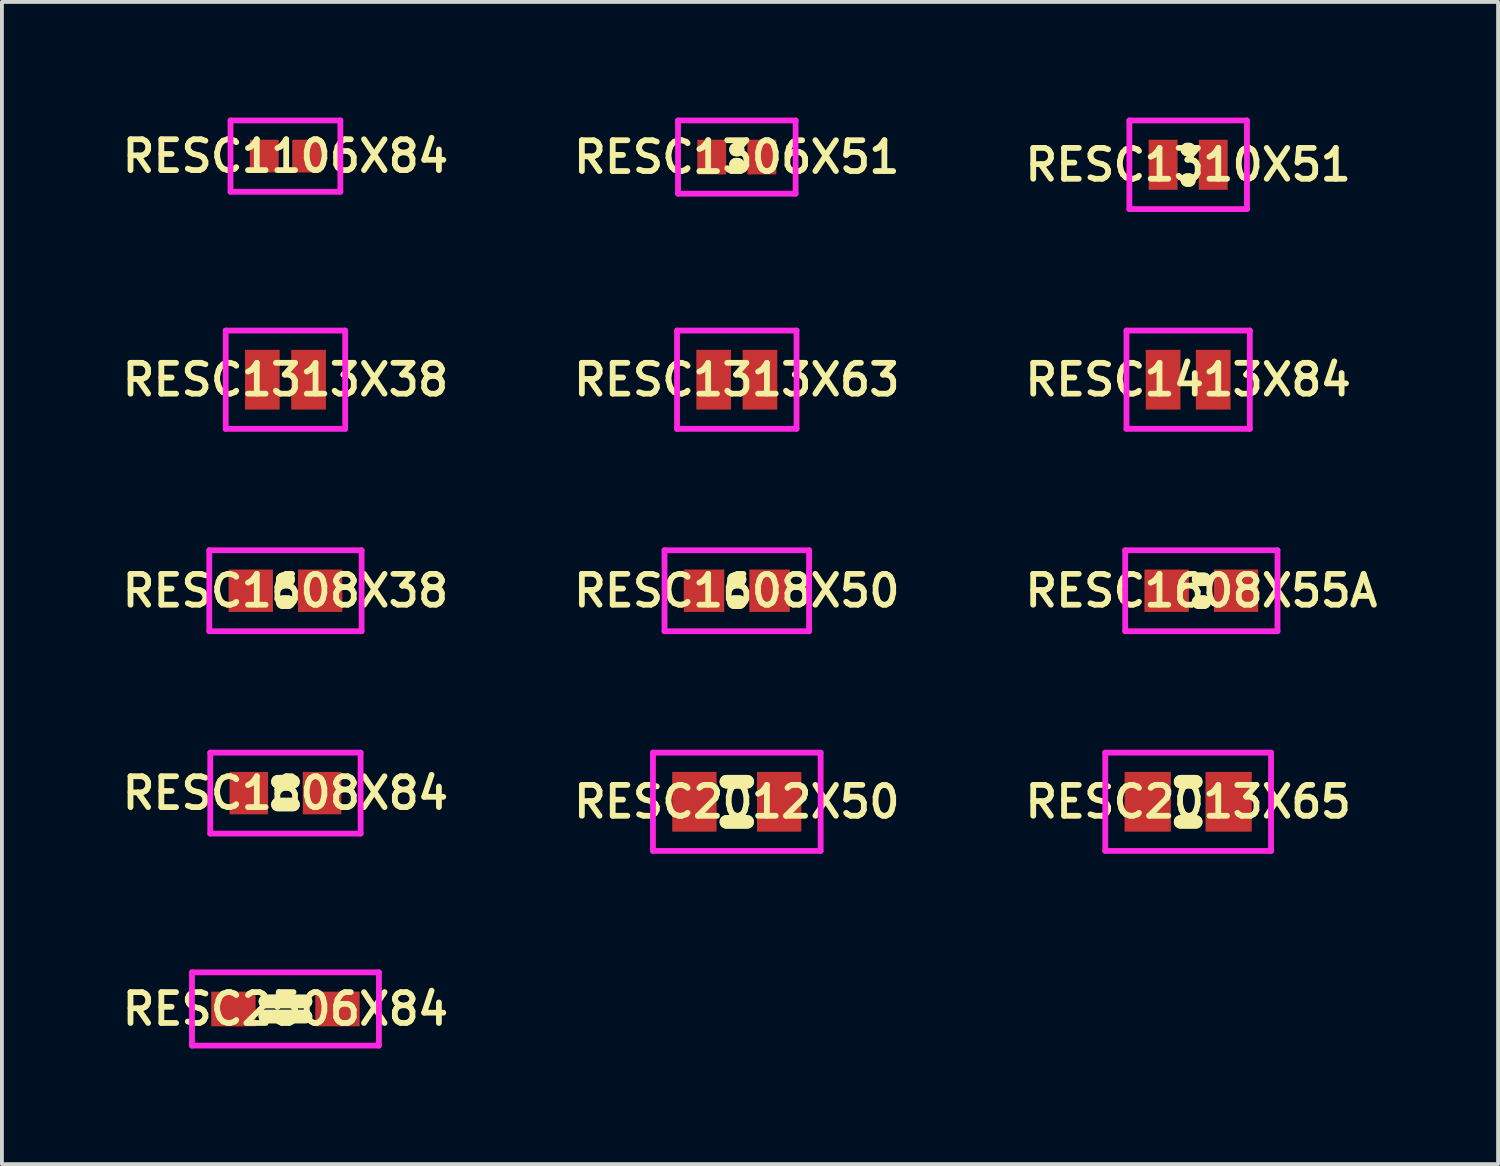
<source format=kicad_pcb>
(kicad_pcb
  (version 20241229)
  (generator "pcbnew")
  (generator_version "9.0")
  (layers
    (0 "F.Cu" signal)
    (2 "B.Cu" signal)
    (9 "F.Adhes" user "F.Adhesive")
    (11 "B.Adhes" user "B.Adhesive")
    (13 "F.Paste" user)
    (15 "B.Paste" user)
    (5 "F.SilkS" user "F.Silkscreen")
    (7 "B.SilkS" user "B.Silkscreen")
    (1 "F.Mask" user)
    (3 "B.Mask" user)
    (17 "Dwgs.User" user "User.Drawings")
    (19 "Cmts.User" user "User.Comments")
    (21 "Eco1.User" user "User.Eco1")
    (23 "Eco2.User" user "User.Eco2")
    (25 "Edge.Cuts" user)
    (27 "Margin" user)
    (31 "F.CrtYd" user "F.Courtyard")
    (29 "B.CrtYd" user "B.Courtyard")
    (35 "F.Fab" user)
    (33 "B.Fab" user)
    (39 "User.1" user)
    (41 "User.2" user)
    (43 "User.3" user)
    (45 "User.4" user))
  (footprint "RESC1608X84"
    (layer "F.Cu")
    (at 4.355 17.525)
    (property "Reference" "RESC1608X84" (at 0 0 0) (layer "F.SilkS") (effects (font (size 0.8 0.8) (thickness 0.15))))
    (attr smd)
    (fp_line (start -0.196 -0.296) (end 0.196 -0.296) (stroke (width 0.35) (type solid)) (layer "F.SilkS"))
    (fp_line (start -0.196 0.296) (end 0.196 0.296) (stroke (width 0.35) (type solid)) (layer "F.SilkS"))
    (fp_line (start 0.196 -0.296) (end -0.196 -0.296) (stroke (width 0.35) (type solid)) (layer "F.SilkS"))
    (fp_line (start 0.196 0.296) (end -0.196 0.296) (stroke (width 0.35) (type solid)) (layer "F.SilkS"))
    (fp_line (start -1.95 -1.05) (end 1.95 -1.05) (stroke (width 0.15) (type solid)) (layer "F.CrtYd"))
    (fp_line (start -1.95 1.05) (end -1.95 -1.05) (stroke (width 0.15) (type solid)) (layer "F.CrtYd"))
    (fp_line (start 1.95 -1.05) (end 1.95 1.05) (stroke (width 0.15) (type solid)) (layer "F.CrtYd"))
    (fp_line (start 1.95 1.05) (end -1.95 1.05) (stroke (width 0.15) (type solid)) (layer "F.CrtYd"))
    (pad "1" smd rect (at -0.95 0) (size 1 1.1) (layers "F.Cu" "F.Mask" "F.Paste"))
    (pad "2" smd rect (at 0.95 0) (size 1 1.1) (layers "F.Cu" "F.Mask" "F.Paste")))
  (footprint "RESC1106X84"
    (layer "F.Cu")
    (at 4.355 1)
    (property "Reference" "RESC1106X84" (at 0 0 0) (layer "F.SilkS") (effects (font (size 0.8 0.8) (thickness 0.15))))
    (attr smd)
    (fp_line (start -1.425 -0.925) (end 1.425 -0.925) (stroke (width 0.15) (type solid)) (layer "F.CrtYd"))
    (fp_line (start -1.425 0.925) (end -1.425 -0.925) (stroke (width 0.15) (type solid)) (layer "F.CrtYd"))
    (fp_line (start 1.425 -0.925) (end 1.425 0.925) (stroke (width 0.15) (type solid)) (layer "F.CrtYd"))
    (fp_line (start 1.425 0.925) (end -1.425 0.925) (stroke (width 0.15) (type solid)) (layer "F.CrtYd"))
    (pad "1" smd rect (at -0.55 0) (size 0.75 0.85) (layers "F.Cu" "F.Mask" "F.Paste"))
    (pad "2" smd rect (at 0.55 0) (size 0.75 0.85) (layers "F.Cu" "F.Mask" "F.Paste")))
  (footprint "RESC2013X65"
    (layer "F.Cu")
    (at 27.773 17.75)
    (property "Reference" "RESC2013X65" (at 0 0 0) (layer "F.SilkS") (effects (font (size 0.8 0.8) (thickness 0.15))))
    (attr smd)
    (fp_line (start -0.196 -0.521) (end 0.196 -0.521) (stroke (width 0.35) (type solid)) (layer "F.SilkS"))
    (fp_line (start -0.196 0.521) (end 0.196 0.521) (stroke (width 0.35) (type solid)) (layer "F.SilkS"))
    (fp_line (start 0.196 -0.521) (end -0.196 -0.521) (stroke (width 0.35) (type solid)) (layer "F.SilkS"))
    (fp_line (start 0.196 0.521) (end -0.196 0.521) (stroke (width 0.35) (type solid)) (layer "F.SilkS"))
    (fp_line (start -2.15 -1.275) (end 2.15 -1.275) (stroke (width 0.15) (type solid)) (layer "F.CrtYd"))
    (fp_line (start -2.15 1.275) (end -2.15 -1.275) (stroke (width 0.15) (type solid)) (layer "F.CrtYd"))
    (fp_line (start 2.15 -1.275) (end 2.15 1.275) (stroke (width 0.15) (type solid)) (layer "F.CrtYd"))
    (fp_line (start 2.15 1.275) (end -2.15 1.275) (stroke (width 0.15) (type solid)) (layer "F.CrtYd"))
    (pad "1" smd rect (at -1.05 0) (size 1.2 1.55) (layers "F.Cu" "F.Mask" "F.Paste"))
    (pad "2" smd rect (at 1.05 0) (size 1.2 1.55) (layers "F.Cu" "F.Mask" "F.Paste")))
  (footprint "RESC1313X63"
    (layer "F.Cu")
    (at 16.064 6.8)
    (property "Reference" "RESC1313X63" (at 0 0 0) (layer "F.SilkS") (effects (font (size 0.8 0.8) (thickness 0.15))))
    (attr smd)
    (fp_line (start -1.55 -1.275) (end 1.55 -1.275) (stroke (width 0.15) (type solid)) (layer "F.CrtYd"))
    (fp_line (start -1.55 1.275) (end -1.55 -1.275) (stroke (width 0.15) (type solid)) (layer "F.CrtYd"))
    (fp_line (start 1.55 -1.275) (end 1.55 1.275) (stroke (width 0.15) (type solid)) (layer "F.CrtYd"))
    (fp_line (start 1.55 1.275) (end -1.55 1.275) (stroke (width 0.15) (type solid)) (layer "F.CrtYd"))
    (pad "1" smd rect (at -0.6 0) (size 0.9 1.55) (layers "F.Cu" "F.Mask" "F.Paste"))
    (pad "2" smd rect (at 0.6 0) (size 0.9 1.55) (layers "F.Cu" "F.Mask" "F.Paste")))
  (footprint "RESC2012X50"
    (layer "F.Cu")
    (at 16.064 17.75)
    (property "Reference" "RESC2012X50" (at 0 0 0) (layer "F.SilkS") (effects (font (size 0.8 0.8) (thickness 0.15))))
    (attr smd)
    (fp_line (start -0.271 -0.521) (end 0.271 -0.521) (stroke (width 0.35) (type solid)) (layer "F.SilkS"))
    (fp_line (start -0.271 0.521) (end 0.271 0.521) (stroke (width 0.35) (type solid)) (layer "F.SilkS"))
    (fp_line (start 0.271 -0.521) (end -0.271 -0.521) (stroke (width 0.35) (type solid)) (layer "F.SilkS"))
    (fp_line (start 0.271 0.521) (end -0.271 0.521) (stroke (width 0.35) (type solid)) (layer "F.SilkS"))
    (fp_line (start -2.175 -1.275) (end 2.175 -1.275) (stroke (width 0.15) (type solid)) (layer "F.CrtYd"))
    (fp_line (start -2.175 1.275) (end -2.175 -1.275) (stroke (width 0.15) (type solid)) (layer "F.CrtYd"))
    (fp_line (start 2.175 -1.275) (end 2.175 1.275) (stroke (width 0.15) (type solid)) (layer "F.CrtYd"))
    (fp_line (start 2.175 1.275) (end -2.175 1.275) (stroke (width 0.15) (type solid)) (layer "F.CrtYd"))
    (pad "1" smd rect (at -1.1 0) (size 1.15 1.55) (layers "F.Cu" "F.Mask" "F.Paste"))
    (pad "2" smd rect (at 1.1 0) (size 1.15 1.55) (layers "F.Cu" "F.Mask" "F.Paste")))
  (footprint "RESC1608X50"
    (layer "F.Cu")
    (at 16.064 12.275)
    (property "Reference" "RESC1608X50" (at 0 0 0) (layer "F.SilkS") (effects (font (size 0.8 0.8) (thickness 0.15))))
    (attr smd)
    (fp_line (start -0.071 -0.296) (end 0.071 -0.296) (stroke (width 0.35) (type solid)) (layer "F.SilkS"))
    (fp_line (start -0.071 0.296) (end 0.071 0.296) (stroke (width 0.35) (type solid)) (layer "F.SilkS"))
    (fp_line (start 0.071 -0.296) (end -0.071 -0.296) (stroke (width 0.35) (type solid)) (layer "F.SilkS"))
    (fp_line (start 0.071 0.296) (end -0.071 0.296) (stroke (width 0.35) (type solid)) (layer "F.SilkS"))
    (fp_line (start -1.875 -1.05) (end 1.875 -1.05) (stroke (width 0.15) (type solid)) (layer "F.CrtYd"))
    (fp_line (start -1.875 1.05) (end -1.875 -1.05) (stroke (width 0.15) (type solid)) (layer "F.CrtYd"))
    (fp_line (start 1.875 -1.05) (end 1.875 1.05) (stroke (width 0.15) (type solid)) (layer "F.CrtYd"))
    (fp_line (start 1.875 1.05) (end -1.875 1.05) (stroke (width 0.15) (type solid)) (layer "F.CrtYd"))
    (pad "1" smd rect (at -0.85 0) (size 1.05 1.1) (layers "F.Cu" "F.Mask" "F.Paste"))
    (pad "2" smd rect (at 0.85 0) (size 1.05 1.1) (layers "F.Cu" "F.Mask" "F.Paste")))
  (footprint "RESC2506X84"
    (layer "F.Cu")
    (at 4.355 23.125)
    (property "Reference" "RESC2506X84" (at 0 0 0) (layer "F.SilkS") (effects (font (size 0.8 0.8) (thickness 0.15))))
    (attr smd)
    (fp_line (start -0.521 -0.196) (end 0.521 -0.196) (stroke (width 0.35) (type solid)) (layer "F.SilkS"))
    (fp_line (start -0.521 0.196) (end 0.521 0.196) (stroke (width 0.35) (type solid)) (layer "F.SilkS"))
    (fp_line (start 0.521 -0.196) (end -0.521 -0.196) (stroke (width 0.35) (type solid)) (layer "F.SilkS"))
    (fp_line (start 0.521 0.196) (end -0.521 0.196) (stroke (width 0.35) (type solid)) (layer "F.SilkS"))
    (fp_line (start -2.425 -0.95) (end 2.425 -0.95) (stroke (width 0.15) (type solid)) (layer "F.CrtYd"))
    (fp_line (start -2.425 0.95) (end -2.425 -0.95) (stroke (width 0.15) (type solid)) (layer "F.CrtYd"))
    (fp_line (start 2.425 -0.95) (end 2.425 0.95) (stroke (width 0.15) (type solid)) (layer "F.CrtYd"))
    (fp_line (start 2.425 0.95) (end -2.425 0.95) (stroke (width 0.15) (type solid)) (layer "F.CrtYd"))
    (pad "1" smd rect (at -1.35 0) (size 1.15 0.9) (layers "F.Cu" "F.Mask" "F.Paste"))
    (pad "2" smd rect (at 1.35 0) (size 1.15 0.9) (layers "F.Cu" "F.Mask" "F.Paste")))
  (footprint "RESC1310X51"
    (layer "F.Cu")
    (at 27.773 1.225)
    (property "Reference" "RESC1310X51" (at 0 0 0) (layer "F.SilkS") (effects (font (size 0.8 0.8) (thickness 0.15))))
    (attr smd)
    (fp_line (start -0.021 -0.396) (end 0.021 -0.396) (stroke (width 0.35) (type solid)) (layer "F.SilkS"))
    (fp_line (start -0.021 0.396) (end 0.021 0.396) (stroke (width 0.35) (type solid)) (layer "F.SilkS"))
    (fp_line (start 0.021 -0.396) (end -0.021 -0.396) (stroke (width 0.35) (type solid)) (layer "F.SilkS"))
    (fp_line (start 0.021 0.396) (end -0.021 0.396) (stroke (width 0.35) (type solid)) (layer "F.SilkS"))
    (fp_line (start -1.525 -1.15) (end 1.525 -1.15) (stroke (width 0.15) (type solid)) (layer "F.CrtYd"))
    (fp_line (start -1.525 1.15) (end -1.525 -1.15) (stroke (width 0.15) (type solid)) (layer "F.CrtYd"))
    (fp_line (start 1.525 -1.15) (end 1.525 1.15) (stroke (width 0.15) (type solid)) (layer "F.CrtYd"))
    (fp_line (start 1.525 1.15) (end -1.525 1.15) (stroke (width 0.15) (type solid)) (layer "F.CrtYd"))
    (pad "1" smd rect (at -0.65 0) (size 0.75 1.3) (layers "F.Cu" "F.Mask" "F.Paste"))
    (pad "2" smd rect (at 0.65 0) (size 0.75 1.3) (layers "F.Cu" "F.Mask" "F.Paste")))
  (footprint "RESC1608X38"
    (layer "F.Cu")
    (at 4.355 12.275)
    (property "Reference" "RESC1608X38" (at 0 0 0) (layer "F.SilkS") (effects (font (size 0.8 0.8) (thickness 0.15))))
    (attr smd)
    (fp_line (start -0.071 -0.296) (end 0.071 -0.296) (stroke (width 0.35) (type solid)) (layer "F.SilkS"))
    (fp_line (start -0.071 0.296) (end 0.071 0.296) (stroke (width 0.35) (type solid)) (layer "F.SilkS"))
    (fp_line (start 0.071 -0.296) (end -0.071 -0.296) (stroke (width 0.35) (type solid)) (layer "F.SilkS"))
    (fp_line (start 0.071 0.296) (end -0.071 0.296) (stroke (width 0.35) (type solid)) (layer "F.SilkS"))
    (fp_line (start -1.975 -1.05) (end 1.975 -1.05) (stroke (width 0.15) (type solid)) (layer "F.CrtYd"))
    (fp_line (start -1.975 1.05) (end -1.975 -1.05) (stroke (width 0.15) (type solid)) (layer "F.CrtYd"))
    (fp_line (start 1.975 -1.05) (end 1.975 1.05) (stroke (width 0.15) (type solid)) (layer "F.CrtYd"))
    (fp_line (start 1.975 1.05) (end -1.975 1.05) (stroke (width 0.15) (type solid)) (layer "F.CrtYd"))
    (pad "1" smd rect (at -0.9 0) (size 1.15 1.1) (layers "F.Cu" "F.Mask" "F.Paste"))
    (pad "2" smd rect (at 0.9 0) (size 1.15 1.1) (layers "F.Cu" "F.Mask" "F.Paste")))
  (footprint "RESC1608X55A"
    (layer "F.Cu")
    (at 28.115 12.275)
    (property "Reference" "RESC1608X55A" (at 0 0 0) (layer "F.SilkS") (effects (font (size 0.8 0.8) (thickness 0.15))))
    (attr smd)
    (fp_line (start -0.071 -0.296) (end 0.071 -0.296) (stroke (width 0.35) (type solid)) (layer "F.SilkS"))
    (fp_line (start -0.071 0.296) (end 0.071 0.296) (stroke (width 0.35) (type solid)) (layer "F.SilkS"))
    (fp_line (start 0.071 -0.296) (end -0.071 -0.296) (stroke (width 0.35) (type solid)) (layer "F.SilkS"))
    (fp_line (start 0.071 0.296) (end -0.071 0.296) (stroke (width 0.35) (type solid)) (layer "F.SilkS"))
    (fp_line (start -1.975 -1.05) (end 1.975 -1.05) (stroke (width 0.15) (type solid)) (layer "F.CrtYd"))
    (fp_line (start -1.975 1.05) (end -1.975 -1.05) (stroke (width 0.15) (type solid)) (layer "F.CrtYd"))
    (fp_line (start 1.975 -1.05) (end 1.975 1.05) (stroke (width 0.15) (type solid)) (layer "F.CrtYd"))
    (fp_line (start 1.975 1.05) (end -1.975 1.05) (stroke (width 0.15) (type solid)) (layer "F.CrtYd"))
    (pad "1" smd rect (at -0.9 0) (size 1.15 1.1) (layers "F.Cu" "F.Mask" "F.Paste"))
    (pad "2" smd rect (at 0.9 0) (size 1.15 1.1) (layers "F.Cu" "F.Mask" "F.Paste")))
  (footprint "RESC1313X38"
    (layer "F.Cu")
    (at 4.355 6.8)
    (property "Reference" "RESC1313X38" (at 0 0 0) (layer "F.SilkS") (effects (font (size 0.8 0.8) (thickness 0.15))))
    (attr smd)
    (fp_line (start -1.55 -1.275) (end 1.55 -1.275) (stroke (width 0.15) (type solid)) (layer "F.CrtYd"))
    (fp_line (start -1.55 1.275) (end -1.55 -1.275) (stroke (width 0.15) (type solid)) (layer "F.CrtYd"))
    (fp_line (start 1.55 -1.275) (end 1.55 1.275) (stroke (width 0.15) (type solid)) (layer "F.CrtYd"))
    (fp_line (start 1.55 1.275) (end -1.55 1.275) (stroke (width 0.15) (type solid)) (layer "F.CrtYd"))
    (pad "1" smd rect (at -0.6 0) (size 0.9 1.55) (layers "F.Cu" "F.Mask" "F.Paste"))
    (pad "2" smd rect (at 0.6 0) (size 0.9 1.55) (layers "F.Cu" "F.Mask" "F.Paste")))
  (footprint "RESC1306X51"
    (layer "F.Cu")
    (at 16.064 1.025)
    (property "Reference" "RESC1306X51" (at 0 0 0) (layer "F.SilkS") (effects (font (size 0.8 0.8) (thickness 0.15))))
    (attr smd)
    (fp_line (start -0.021 -0.196) (end 0.021 -0.196) (stroke (width 0.35) (type solid)) (layer "F.SilkS"))
    (fp_line (start -0.021 0.196) (end 0.021 0.196) (stroke (width 0.35) (type solid)) (layer "F.SilkS"))
    (fp_line (start 0.021 -0.196) (end -0.021 -0.196) (stroke (width 0.35) (type solid)) (layer "F.SilkS"))
    (fp_line (start 0.021 0.196) (end -0.021 0.196) (stroke (width 0.35) (type solid)) (layer "F.SilkS"))
    (fp_line (start -1.525 -0.95) (end 1.525 -0.95) (stroke (width 0.15) (type solid)) (layer "F.CrtYd"))
    (fp_line (start -1.525 0.95) (end -1.525 -0.95) (stroke (width 0.15) (type solid)) (layer "F.CrtYd"))
    (fp_line (start 1.525 -0.95) (end 1.525 0.95) (stroke (width 0.15) (type solid)) (layer "F.CrtYd"))
    (fp_line (start 1.525 0.95) (end -1.525 0.95) (stroke (width 0.15) (type solid)) (layer "F.CrtYd"))
    (pad "1" smd rect (at -0.65 0) (size 0.75 0.9) (layers "F.Cu" "F.Mask" "F.Paste"))
    (pad "2" smd rect (at 0.65 0) (size 0.75 0.9) (layers "F.Cu" "F.Mask" "F.Paste")))
  (footprint "RESC1413X84"
    (layer "F.Cu")
    (at 27.773 6.8)
    (property "Reference" "RESC1413X84" (at 0 0 0) (layer "F.SilkS") (effects (font (size 0.8 0.8) (thickness 0.15))))
    (attr smd)
    (fp_line (start -1.6 -1.275) (end 1.6 -1.275) (stroke (width 0.15) (type solid)) (layer "F.CrtYd"))
    (fp_line (start -1.6 1.275) (end -1.6 -1.275) (stroke (width 0.15) (type solid)) (layer "F.CrtYd"))
    (fp_line (start 1.6 -1.275) (end 1.6 1.275) (stroke (width 0.15) (type solid)) (layer "F.CrtYd"))
    (fp_line (start 1.6 1.275) (end -1.6 1.275) (stroke (width 0.15) (type solid)) (layer "F.CrtYd"))
    (pad "1" smd rect (at -0.65 0) (size 0.9 1.55) (layers "F.Cu" "F.Mask" "F.Paste"))
    (pad "2" smd rect (at 0.65 0) (size 0.9 1.55) (layers "F.Cu" "F.Mask" "F.Paste")))
  (gr_rect
    (start -3 -3)
    (end 35.813 27.15)
    (stroke (width 0.1) (type default))
    (fill no)
    (layer "Edge.Cuts")))
</source>
